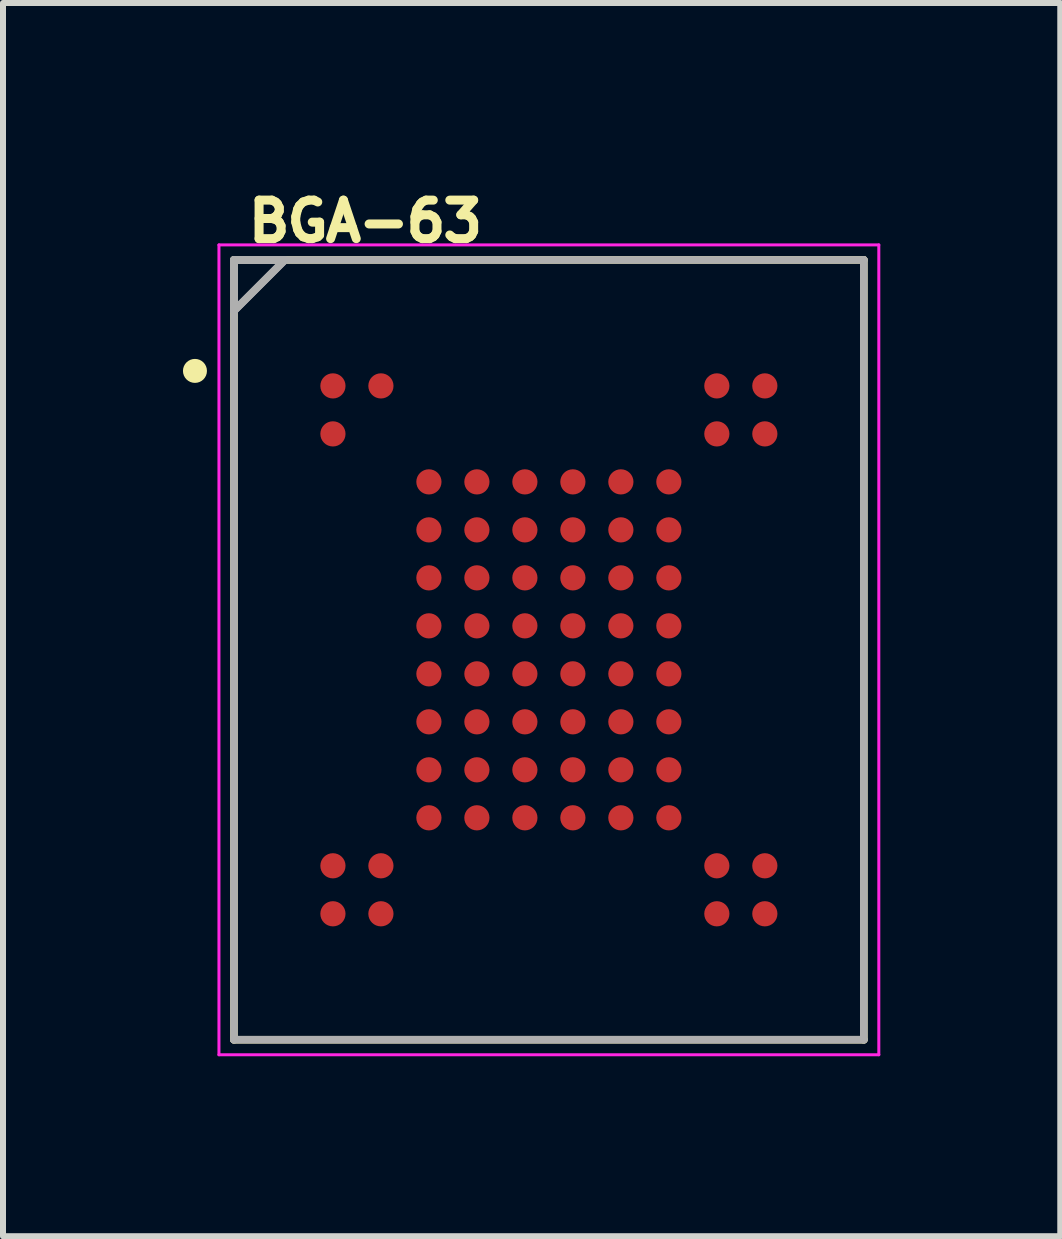
<source format=kicad_pcb>
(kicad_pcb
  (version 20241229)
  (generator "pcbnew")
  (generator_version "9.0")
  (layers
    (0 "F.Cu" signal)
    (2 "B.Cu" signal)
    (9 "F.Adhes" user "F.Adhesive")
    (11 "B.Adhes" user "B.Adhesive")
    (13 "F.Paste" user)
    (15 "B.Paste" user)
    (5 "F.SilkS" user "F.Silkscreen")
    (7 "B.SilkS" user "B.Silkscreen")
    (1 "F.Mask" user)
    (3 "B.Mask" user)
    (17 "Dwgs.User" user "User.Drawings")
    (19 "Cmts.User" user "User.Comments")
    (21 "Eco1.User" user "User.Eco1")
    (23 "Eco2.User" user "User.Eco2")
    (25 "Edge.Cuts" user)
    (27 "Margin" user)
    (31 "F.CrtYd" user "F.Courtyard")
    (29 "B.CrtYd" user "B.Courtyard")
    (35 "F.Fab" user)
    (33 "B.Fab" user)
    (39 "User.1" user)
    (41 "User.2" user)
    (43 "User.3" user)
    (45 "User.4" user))
  (footprint "BGA-63"
    (layer "F.Cu")
    (at 6.1 7.783)
    (property "Reference" "BGA-63" (at -3.058 -7.144 0) (layer "F.SilkS") (effects (font (size 0.642 0.642) (thickness 0.15))))
    (attr through_hole)
    (fp_line (start -5.25 -6.5) (end 5.25 -6.5) (stroke (width 0.127) (type solid)) (layer "F.SilkS"))
    (fp_line (start -5.25 6.5) (end -5.25 -6.5) (stroke (width 0.127) (type solid)) (layer "F.SilkS"))
    (fp_line (start 5.25 -6.5) (end 5.25 6.5) (stroke (width 0.127) (type solid)) (layer "F.SilkS"))
    (fp_line (start 5.25 6.5) (end -5.25 6.5) (stroke (width 0.127) (type solid)) (layer "F.SilkS"))
    (fp_circle (center -5.9 -4.65) (end -5.8 -4.65) (stroke (width 0.2) (type solid)) (fill no) (layer "F.SilkS"))
    (fp_line (start -5.5 -6.75) (end 5.5 -6.75) (stroke (width 0.05) (type solid)) (layer "F.CrtYd"))
    (fp_line (start -5.5 6.75) (end -5.5 -6.75) (stroke (width 0.05) (type solid)) (layer "F.CrtYd"))
    (fp_line (start 5.5 -6.75) (end 5.5 6.75) (stroke (width 0.05) (type solid)) (layer "F.CrtYd"))
    (fp_line (start 5.5 6.75) (end -5.5 6.75) (stroke (width 0.05) (type solid)) (layer "F.CrtYd"))
    (fp_line (start -5.25 -6.5) (end 5.25 -6.5) (stroke (width 0.127) (type solid)) (layer "F.Fab"))
    (fp_line (start -5.25 6.5) (end -5.25 -6.5) (stroke (width 0.127) (type solid)) (layer "F.Fab"))
    (fp_line (start 5.25 -6.5) (end 5.25 6.5) (stroke (width 0.127) (type solid)) (layer "F.Fab"))
    (fp_line (start 5.25 6.5) (end -5.25 6.5) (stroke (width 0.127) (type solid)) (layer "F.Fab"))
    (fp_poly (pts (xy -5.25 -5.65) (xy -4.4 -6.5) (xy -5.25 -6.5)) (stroke (width 0.127) (type solid)) (fill no) (layer "F.Fab"))
    (fp_poly (pts (xy -5.25 -5.65) (xy -4.4 -6.5) (xy -5.25 -6.5)) (stroke (width 0.127) (type solid)) (fill no) (layer "F.Fab"))
    (pad "A1" smd circle (at -3.6 -4.4) (size 0.42 0.42) (layers "F.Cu" "F.Mask" "F.Paste"))
    (pad "A2" smd circle (at -2.8 -4.4) (size 0.42 0.42) (layers "F.Cu" "F.Mask" "F.Paste"))
    (pad "A9" smd circle (at 2.8 -4.4) (size 0.42 0.42) (layers "F.Cu" "F.Mask" "F.Paste"))
    (pad "A10" smd circle (at 3.6 -4.4) (size 0.42 0.42) (layers "F.Cu" "F.Mask" "F.Paste"))
    (pad "B1" smd circle (at -3.6 -3.6) (size 0.42 0.42) (layers "F.Cu" "F.Mask" "F.Paste"))
    (pad "B9" smd circle (at 2.8 -3.6) (size 0.42 0.42) (layers "F.Cu" "F.Mask" "F.Paste"))
    (pad "B10" smd circle (at 3.6 -3.6) (size 0.42 0.42) (layers "F.Cu" "F.Mask" "F.Paste"))
    (pad "C3" smd circle (at -2 -2.8) (size 0.42 0.42) (layers "F.Cu" "F.Mask" "F.Paste"))
    (pad "C4" smd circle (at -1.2 -2.8) (size 0.42 0.42) (layers "F.Cu" "F.Mask" "F.Paste"))
    (pad "C5" smd circle (at -0.4 -2.8) (size 0.42 0.42) (layers "F.Cu" "F.Mask" "F.Paste"))
    (pad "C6" smd circle (at 0.4 -2.8) (size 0.42 0.42) (layers "F.Cu" "F.Mask" "F.Paste"))
    (pad "C7" smd circle (at 1.2 -2.8) (size 0.42 0.42) (layers "F.Cu" "F.Mask" "F.Paste"))
    (pad "C8" smd circle (at 2 -2.8) (size 0.42 0.42) (layers "F.Cu" "F.Mask" "F.Paste"))
    (pad "D3" smd circle (at -2 -2) (size 0.42 0.42) (layers "F.Cu" "F.Mask" "F.Paste"))
    (pad "D4" smd circle (at -1.2 -2) (size 0.42 0.42) (layers "F.Cu" "F.Mask" "F.Paste"))
    (pad "D5" smd circle (at -0.4 -2) (size 0.42 0.42) (layers "F.Cu" "F.Mask" "F.Paste"))
    (pad "D6" smd circle (at 0.4 -2) (size 0.42 0.42) (layers "F.Cu" "F.Mask" "F.Paste"))
    (pad "D7" smd circle (at 1.2 -2) (size 0.42 0.42) (layers "F.Cu" "F.Mask" "F.Paste"))
    (pad "D8" smd circle (at 2 -2) (size 0.42 0.42) (layers "F.Cu" "F.Mask" "F.Paste"))
    (pad "E3" smd circle (at -2 -1.2) (size 0.42 0.42) (layers "F.Cu" "F.Mask" "F.Paste"))
    (pad "E4" smd circle (at -1.2 -1.2) (size 0.42 0.42) (layers "F.Cu" "F.Mask" "F.Paste"))
    (pad "E5" smd circle (at -0.4 -1.2) (size 0.42 0.42) (layers "F.Cu" "F.Mask" "F.Paste"))
    (pad "E6" smd circle (at 0.4 -1.2) (size 0.42 0.42) (layers "F.Cu" "F.Mask" "F.Paste"))
    (pad "E7" smd circle (at 1.2 -1.2) (size 0.42 0.42) (layers "F.Cu" "F.Mask" "F.Paste"))
    (pad "E8" smd circle (at 2 -1.2) (size 0.42 0.42) (layers "F.Cu" "F.Mask" "F.Paste"))
    (pad "F3" smd circle (at -2 -0.4) (size 0.42 0.42) (layers "F.Cu" "F.Mask" "F.Paste"))
    (pad "F4" smd circle (at -1.2 -0.4) (size 0.42 0.42) (layers "F.Cu" "F.Mask" "F.Paste"))
    (pad "F5" smd circle (at -0.4 -0.4) (size 0.42 0.42) (layers "F.Cu" "F.Mask" "F.Paste"))
    (pad "F6" smd circle (at 0.4 -0.4) (size 0.42 0.42) (layers "F.Cu" "F.Mask" "F.Paste"))
    (pad "F7" smd circle (at 1.2 -0.4) (size 0.42 0.42) (layers "F.Cu" "F.Mask" "F.Paste"))
    (pad "F8" smd circle (at 2 -0.4) (size 0.42 0.42) (layers "F.Cu" "F.Mask" "F.Paste"))
    (pad "G3" smd circle (at -2 0.4) (size 0.42 0.42) (layers "F.Cu" "F.Mask" "F.Paste"))
    (pad "G4" smd circle (at -1.2 0.4) (size 0.42 0.42) (layers "F.Cu" "F.Mask" "F.Paste"))
    (pad "G5" smd circle (at -0.4 0.4) (size 0.42 0.42) (layers "F.Cu" "F.Mask" "F.Paste"))
    (pad "G6" smd circle (at 0.4 0.4) (size 0.42 0.42) (layers "F.Cu" "F.Mask" "F.Paste"))
    (pad "G7" smd circle (at 1.2 0.4) (size 0.42 0.42) (layers "F.Cu" "F.Mask" "F.Paste"))
    (pad "G8" smd circle (at 2 0.4) (size 0.42 0.42) (layers "F.Cu" "F.Mask" "F.Paste"))
    (pad "H3" smd circle (at -2 1.2) (size 0.42 0.42) (layers "F.Cu" "F.Mask" "F.Paste"))
    (pad "H4" smd circle (at -1.2 1.2) (size 0.42 0.42) (layers "F.Cu" "F.Mask" "F.Paste"))
    (pad "H5" smd circle (at -0.4 1.2) (size 0.42 0.42) (layers "F.Cu" "F.Mask" "F.Paste"))
    (pad "H6" smd circle (at 0.4 1.2) (size 0.42 0.42) (layers "F.Cu" "F.Mask" "F.Paste"))
    (pad "H7" smd circle (at 1.2 1.2) (size 0.42 0.42) (layers "F.Cu" "F.Mask" "F.Paste"))
    (pad "H8" smd circle (at 2 1.2) (size 0.42 0.42) (layers "F.Cu" "F.Mask" "F.Paste"))
    (pad "J3" smd circle (at -2 2) (size 0.42 0.42) (layers "F.Cu" "F.Mask" "F.Paste"))
    (pad "J4" smd circle (at -1.2 2) (size 0.42 0.42) (layers "F.Cu" "F.Mask" "F.Paste"))
    (pad "J5" smd circle (at -0.4 2) (size 0.42 0.42) (layers "F.Cu" "F.Mask" "F.Paste"))
    (pad "J6" smd circle (at 0.4 2) (size 0.42 0.42) (layers "F.Cu" "F.Mask" "F.Paste"))
    (pad "J7" smd circle (at 1.2 2) (size 0.42 0.42) (layers "F.Cu" "F.Mask" "F.Paste"))
    (pad "J8" smd circle (at 2 2) (size 0.42 0.42) (layers "F.Cu" "F.Mask" "F.Paste"))
    (pad "K3" smd circle (at -2 2.8) (size 0.42 0.42) (layers "F.Cu" "F.Mask" "F.Paste"))
    (pad "K4" smd circle (at -1.2 2.8) (size 0.42 0.42) (layers "F.Cu" "F.Mask" "F.Paste"))
    (pad "K5" smd circle (at -0.4 2.8) (size 0.42 0.42) (layers "F.Cu" "F.Mask" "F.Paste"))
    (pad "K6" smd circle (at 0.4 2.8) (size 0.42 0.42) (layers "F.Cu" "F.Mask" "F.Paste"))
    (pad "K7" smd circle (at 1.2 2.8) (size 0.42 0.42) (layers "F.Cu" "F.Mask" "F.Paste"))
    (pad "K8" smd circle (at 2 2.8) (size 0.42 0.42) (layers "F.Cu" "F.Mask" "F.Paste"))
    (pad "L1" smd circle (at -3.6 3.6) (size 0.42 0.42) (layers "F.Cu" "F.Mask" "F.Paste"))
    (pad "L2" smd circle (at -2.8 3.6) (size 0.42 0.42) (layers "F.Cu" "F.Mask" "F.Paste"))
    (pad "L9" smd circle (at 2.8 3.6) (size 0.42 0.42) (layers "F.Cu" "F.Mask" "F.Paste"))
    (pad "L10" smd circle (at 3.6 3.6) (size 0.42 0.42) (layers "F.Cu" "F.Mask" "F.Paste"))
    (pad "M1" smd circle (at -3.6 4.4) (size 0.42 0.42) (layers "F.Cu" "F.Mask" "F.Paste"))
    (pad "M2" smd circle (at -2.8 4.4) (size 0.42 0.42) (layers "F.Cu" "F.Mask" "F.Paste"))
    (pad "M9" smd circle (at 2.8 4.4) (size 0.42 0.42) (layers "F.Cu" "F.Mask" "F.Paste"))
    (pad "M10" smd circle (at 3.6 4.4) (size 0.42 0.42) (layers "F.Cu" "F.Mask" "F.Paste")))
  (gr_rect
    (start -3 -3)
    (end 14.625 17.558)
    (stroke (width 0.1) (type default))
    (fill no)
    (layer "Edge.Cuts")))
</source>
